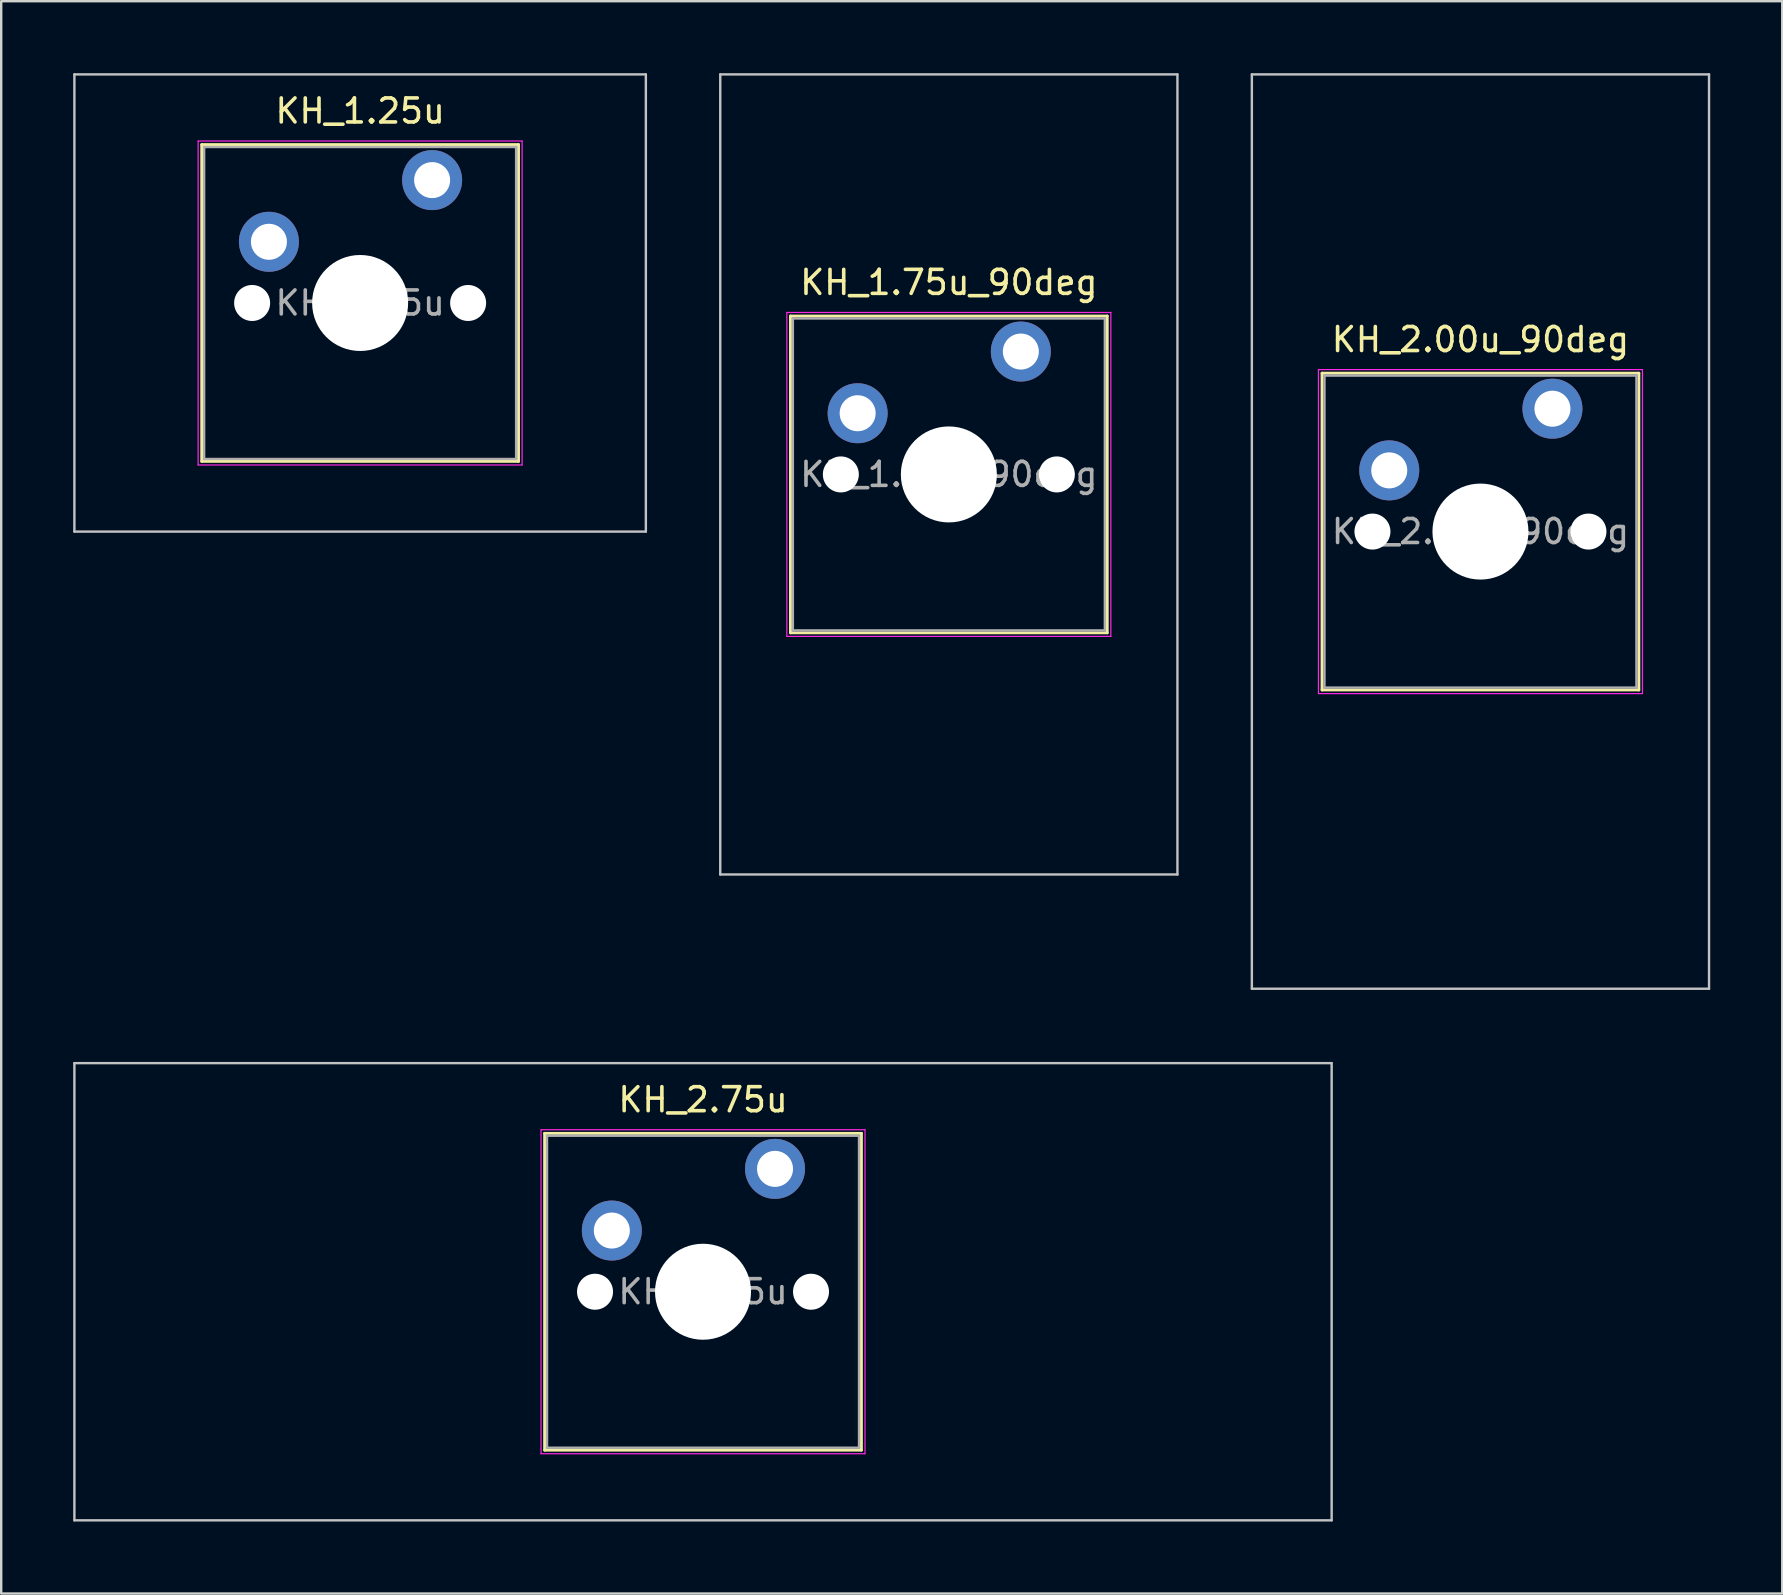
<source format=kicad_pcb>
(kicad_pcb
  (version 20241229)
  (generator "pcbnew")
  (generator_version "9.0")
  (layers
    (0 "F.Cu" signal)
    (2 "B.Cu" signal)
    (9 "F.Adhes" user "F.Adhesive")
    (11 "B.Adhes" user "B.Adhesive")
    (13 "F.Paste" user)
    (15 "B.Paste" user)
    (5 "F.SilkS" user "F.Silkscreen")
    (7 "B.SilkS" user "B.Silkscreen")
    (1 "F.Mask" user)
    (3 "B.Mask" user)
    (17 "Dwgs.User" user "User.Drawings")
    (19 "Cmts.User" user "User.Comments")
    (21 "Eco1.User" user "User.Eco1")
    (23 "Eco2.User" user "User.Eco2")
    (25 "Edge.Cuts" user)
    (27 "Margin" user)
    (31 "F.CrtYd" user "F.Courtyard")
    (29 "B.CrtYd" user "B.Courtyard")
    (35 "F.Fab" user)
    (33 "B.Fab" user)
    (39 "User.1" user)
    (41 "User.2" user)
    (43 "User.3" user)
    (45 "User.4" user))
  (footprint "KH_1.75u_90deg"
    (layer "F.Cu")
    (at 36.487 16.719)
    (property "Reference" "KH_1.75u_90deg" (at 0 -8 0) (layer "F.SilkS") (effects (font (size 1 1) (thickness 0.15))))
    (attr through_hole)
    (fp_line (start -6.6 -6.6) (end -6.6 6.6) (stroke (width 0.12) (type solid)) (layer "F.SilkS"))
    (fp_line (start -6.6 6.6) (end 6.6 6.6) (stroke (width 0.12) (type solid)) (layer "F.SilkS"))
    (fp_line (start 6.6 -6.6) (end -6.6 -6.6) (stroke (width 0.12) (type solid)) (layer "F.SilkS"))
    (fp_line (start 6.6 6.6) (end 6.6 -6.6) (stroke (width 0.12) (type solid)) (layer "F.SilkS"))
    (fp_line (start -9.525 -16.669) (end 9.525 -16.669) (stroke (width 0.1) (type solid)) (layer "Dwgs.User"))
    (fp_line (start -9.525 16.669) (end -9.525 -16.669) (stroke (width 0.1) (type solid)) (layer "Dwgs.User"))
    (fp_line (start 9.525 -16.669) (end 9.525 16.669) (stroke (width 0.1) (type solid)) (layer "Dwgs.User"))
    (fp_line (start 9.525 16.669) (end -9.525 16.669) (stroke (width 0.1) (type solid)) (layer "Dwgs.User"))
    (fp_line (start -6.1 -6.1) (end -6.1 6.1) (stroke (width 0.1) (type solid)) (layer "Eco1.User"))
    (fp_line (start -6.1 6.1) (end 6.1 6.1) (stroke (width 0.1) (type solid)) (layer "Eco1.User"))
    (fp_line (start 6.1 -6.1) (end -6.1 -6.1) (stroke (width 0.1) (type solid)) (layer "Eco1.User"))
    (fp_line (start 6.1 6.1) (end 6.1 -6.1) (stroke (width 0.1) (type solid)) (layer "Eco1.User"))
    (fp_line (start -6.75 -6.75) (end -6.75 6.75) (stroke (width 0.05) (type solid)) (layer "F.CrtYd"))
    (fp_line (start -6.75 6.75) (end 6.75 6.75) (stroke (width 0.05) (type solid)) (layer "F.CrtYd"))
    (fp_line (start 6.75 -6.75) (end -6.75 -6.75) (stroke (width 0.05) (type solid)) (layer "F.CrtYd"))
    (fp_line (start 6.75 6.75) (end 6.75 -6.75) (stroke (width 0.05) (type solid)) (layer "F.CrtYd"))
    (fp_line (start -6.5 -6.5) (end -6.5 6.5) (stroke (width 0.1) (type solid)) (layer "F.Fab"))
    (fp_line (start -6.5 6.5) (end 6.5 6.5) (stroke (width 0.1) (type solid)) (layer "F.Fab"))
    (fp_line (start 6.5 -6.5) (end -6.5 -6.5) (stroke (width 0.1) (type solid)) (layer "F.Fab"))
    (fp_line (start 6.5 6.5) (end 6.5 -6.5) (stroke (width 0.1) (type solid)) (layer "F.Fab"))
    (fp_text user "${REFERENCE}" (at 0 0 0) (layer "F.Fab") (effects (font (size 1 1) (thickness 0.15))))
    (pad "" np_thru_hole circle (at -4.5 0) (size 1.5 1.5) (drill 1.5) (layers "*.Cu" "*.Mask"))
    (pad "" np_thru_hole circle (at 0 0) (size 4 4) (drill 4) (layers "*.Cu" "*.Mask"))
    (pad "" np_thru_hole circle (at 4.5 0) (size 1.5 1.5) (drill 1.5) (layers "*.Cu" "*.Mask"))
    (pad "1" thru_hole circle (at -3.8 -2.55) (size 2.5 2.5) (drill 1.5) (layers "*.Cu" "*.Mask"))
    (pad "2" thru_hole circle (at 3 -5.12) (size 2.5 2.5) (drill 1.5) (layers "*.Cu" "*.Mask")))
  (footprint "KH_1.25u"
    (layer "F.Cu")
    (at 11.956 9.575)
    (property "Reference" "KH_1.25u" (at 0 -8 0) (layer "F.SilkS") (effects (font (size 1 1) (thickness 0.15))))
    (attr through_hole)
    (fp_line (start -6.6 -6.6) (end -6.6 6.6) (stroke (width 0.12) (type solid)) (layer "F.SilkS"))
    (fp_line (start -6.6 6.6) (end 6.6 6.6) (stroke (width 0.12) (type solid)) (layer "F.SilkS"))
    (fp_line (start 6.6 -6.6) (end -6.6 -6.6) (stroke (width 0.12) (type solid)) (layer "F.SilkS"))
    (fp_line (start 6.6 6.6) (end 6.6 -6.6) (stroke (width 0.12) (type solid)) (layer "F.SilkS"))
    (fp_line (start -11.906 -9.525) (end -11.906 9.525) (stroke (width 0.1) (type solid)) (layer "Dwgs.User"))
    (fp_line (start -11.906 9.525) (end 11.906 9.525) (stroke (width 0.1) (type solid)) (layer "Dwgs.User"))
    (fp_line (start 11.906 -9.525) (end -11.906 -9.525) (stroke (width 0.1) (type solid)) (layer "Dwgs.User"))
    (fp_line (start 11.906 9.525) (end 11.906 -9.525) (stroke (width 0.1) (type solid)) (layer "Dwgs.User"))
    (fp_line (start -6.1 -6.1) (end -6.1 6.1) (stroke (width 0.1) (type solid)) (layer "Eco1.User"))
    (fp_line (start -6.1 6.1) (end 6.1 6.1) (stroke (width 0.1) (type solid)) (layer "Eco1.User"))
    (fp_line (start 6.1 -6.1) (end -6.1 -6.1) (stroke (width 0.1) (type solid)) (layer "Eco1.User"))
    (fp_line (start 6.1 6.1) (end 6.1 -6.1) (stroke (width 0.1) (type solid)) (layer "Eco1.User"))
    (fp_line (start -6.75 -6.75) (end -6.75 6.75) (stroke (width 0.05) (type solid)) (layer "F.CrtYd"))
    (fp_line (start -6.75 6.75) (end 6.75 6.75) (stroke (width 0.05) (type solid)) (layer "F.CrtYd"))
    (fp_line (start 6.75 -6.75) (end -6.75 -6.75) (stroke (width 0.05) (type solid)) (layer "F.CrtYd"))
    (fp_line (start 6.75 6.75) (end 6.75 -6.75) (stroke (width 0.05) (type solid)) (layer "F.CrtYd"))
    (fp_line (start -6.5 -6.5) (end -6.5 6.5) (stroke (width 0.1) (type solid)) (layer "F.Fab"))
    (fp_line (start -6.5 6.5) (end 6.5 6.5) (stroke (width 0.1) (type solid)) (layer "F.Fab"))
    (fp_line (start 6.5 -6.5) (end -6.5 -6.5) (stroke (width 0.1) (type solid)) (layer "F.Fab"))
    (fp_line (start 6.5 6.5) (end 6.5 -6.5) (stroke (width 0.1) (type solid)) (layer "F.Fab"))
    (fp_text user "${REFERENCE}" (at 0 0 0) (layer "F.Fab") (effects (font (size 1 1) (thickness 0.15))))
    (pad "" np_thru_hole circle (at -4.5 0) (size 1.5 1.5) (drill 1.5) (layers "*.Cu" "*.Mask"))
    (pad "" np_thru_hole circle (at 0 0) (size 4 4) (drill 4) (layers "*.Cu" "*.Mask"))
    (pad "" np_thru_hole circle (at 4.5 0) (size 1.5 1.5) (drill 1.5) (layers "*.Cu" "*.Mask"))
    (pad "1" thru_hole circle (at -3.8 -2.55) (size 2.5 2.5) (drill 1.5) (layers "*.Cu" "*.Mask"))
    (pad "2" thru_hole circle (at 3 -5.12) (size 2.5 2.5) (drill 1.5) (layers "*.Cu" "*.Mask")))
  (footprint "KH_2.00u_90deg"
    (layer "F.Cu")
    (at 58.638 19.1)
    (property "Reference" "KH_2.00u_90deg" (at 0 -8 0) (layer "F.SilkS") (effects (font (size 1 1) (thickness 0.15))))
    (attr through_hole)
    (fp_line (start -6.6 -6.6) (end -6.6 6.6) (stroke (width 0.12) (type solid)) (layer "F.SilkS"))
    (fp_line (start -6.6 6.6) (end 6.6 6.6) (stroke (width 0.12) (type solid)) (layer "F.SilkS"))
    (fp_line (start 6.6 -6.6) (end -6.6 -6.6) (stroke (width 0.12) (type solid)) (layer "F.SilkS"))
    (fp_line (start 6.6 6.6) (end 6.6 -6.6) (stroke (width 0.12) (type solid)) (layer "F.SilkS"))
    (fp_line (start -9.525 -19.05) (end 9.525 -19.05) (stroke (width 0.1) (type solid)) (layer "Dwgs.User"))
    (fp_line (start -9.525 19.05) (end -9.525 -19.05) (stroke (width 0.1) (type solid)) (layer "Dwgs.User"))
    (fp_line (start 9.525 -19.05) (end 9.525 19.05) (stroke (width 0.1) (type solid)) (layer "Dwgs.User"))
    (fp_line (start 9.525 19.05) (end -9.525 19.05) (stroke (width 0.1) (type solid)) (layer "Dwgs.User"))
    (fp_line (start -6.1 -6.1) (end -6.1 6.1) (stroke (width 0.1) (type solid)) (layer "Eco1.User"))
    (fp_line (start -6.1 6.1) (end 6.1 6.1) (stroke (width 0.1) (type solid)) (layer "Eco1.User"))
    (fp_line (start 6.1 -6.1) (end -6.1 -6.1) (stroke (width 0.1) (type solid)) (layer "Eco1.User"))
    (fp_line (start 6.1 6.1) (end 6.1 -6.1) (stroke (width 0.1) (type solid)) (layer "Eco1.User"))
    (fp_line (start -6.75 -6.75) (end -6.75 6.75) (stroke (width 0.05) (type solid)) (layer "F.CrtYd"))
    (fp_line (start -6.75 6.75) (end 6.75 6.75) (stroke (width 0.05) (type solid)) (layer "F.CrtYd"))
    (fp_line (start 6.75 -6.75) (end -6.75 -6.75) (stroke (width 0.05) (type solid)) (layer "F.CrtYd"))
    (fp_line (start 6.75 6.75) (end 6.75 -6.75) (stroke (width 0.05) (type solid)) (layer "F.CrtYd"))
    (fp_line (start -6.5 -6.5) (end -6.5 6.5) (stroke (width 0.1) (type solid)) (layer "F.Fab"))
    (fp_line (start -6.5 6.5) (end 6.5 6.5) (stroke (width 0.1) (type solid)) (layer "F.Fab"))
    (fp_line (start 6.5 -6.5) (end -6.5 -6.5) (stroke (width 0.1) (type solid)) (layer "F.Fab"))
    (fp_line (start 6.5 6.5) (end 6.5 -6.5) (stroke (width 0.1) (type solid)) (layer "F.Fab"))
    (fp_text user "${REFERENCE}" (at 0 0 0) (layer "F.Fab") (effects (font (size 1 1) (thickness 0.15))))
    (pad "" np_thru_hole circle (at -4.5 0) (size 1.5 1.5) (drill 1.5) (layers "*.Cu" "*.Mask"))
    (pad "" np_thru_hole circle (at 0 0) (size 4 4) (drill 4) (layers "*.Cu" "*.Mask"))
    (pad "" np_thru_hole circle (at 4.5 0) (size 1.5 1.5) (drill 1.5) (layers "*.Cu" "*.Mask"))
    (pad "1" thru_hole circle (at -3.8 -2.55) (size 2.5 2.5) (drill 1.5) (layers "*.Cu" "*.Mask"))
    (pad "2" thru_hole circle (at 3 -5.12) (size 2.5 2.5) (drill 1.5) (layers "*.Cu" "*.Mask")))
  (footprint "KH_2.75u"
    (layer "F.Cu")
    (at 26.244 50.775)
    (property "Reference" "KH_2.75u" (at 0 -8 0) (layer "F.SilkS") (effects (font (size 1 1) (thickness 0.15))))
    (attr through_hole)
    (fp_line (start -6.6 -6.6) (end -6.6 6.6) (stroke (width 0.12) (type solid)) (layer "F.SilkS"))
    (fp_line (start -6.6 6.6) (end 6.6 6.6) (stroke (width 0.12) (type solid)) (layer "F.SilkS"))
    (fp_line (start 6.6 -6.6) (end -6.6 -6.6) (stroke (width 0.12) (type solid)) (layer "F.SilkS"))
    (fp_line (start 6.6 6.6) (end 6.6 -6.6) (stroke (width 0.12) (type solid)) (layer "F.SilkS"))
    (fp_line (start -26.194 -9.525) (end -26.194 9.525) (stroke (width 0.1) (type solid)) (layer "Dwgs.User"))
    (fp_line (start -26.194 9.525) (end 26.194 9.525) (stroke (width 0.1) (type solid)) (layer "Dwgs.User"))
    (fp_line (start 26.194 -9.525) (end -26.194 -9.525) (stroke (width 0.1) (type solid)) (layer "Dwgs.User"))
    (fp_line (start 26.194 9.525) (end 26.194 -9.525) (stroke (width 0.1) (type solid)) (layer "Dwgs.User"))
    (fp_line (start -6.1 -6.1) (end -6.1 6.1) (stroke (width 0.1) (type solid)) (layer "Eco1.User"))
    (fp_line (start -6.1 6.1) (end 6.1 6.1) (stroke (width 0.1) (type solid)) (layer "Eco1.User"))
    (fp_line (start 6.1 -6.1) (end -6.1 -6.1) (stroke (width 0.1) (type solid)) (layer "Eco1.User"))
    (fp_line (start 6.1 6.1) (end 6.1 -6.1) (stroke (width 0.1) (type solid)) (layer "Eco1.User"))
    (fp_line (start -6.75 -6.75) (end -6.75 6.75) (stroke (width 0.05) (type solid)) (layer "F.CrtYd"))
    (fp_line (start -6.75 6.75) (end 6.75 6.75) (stroke (width 0.05) (type solid)) (layer "F.CrtYd"))
    (fp_line (start 6.75 -6.75) (end -6.75 -6.75) (stroke (width 0.05) (type solid)) (layer "F.CrtYd"))
    (fp_line (start 6.75 6.75) (end 6.75 -6.75) (stroke (width 0.05) (type solid)) (layer "F.CrtYd"))
    (fp_line (start -6.5 -6.5) (end -6.5 6.5) (stroke (width 0.1) (type solid)) (layer "F.Fab"))
    (fp_line (start -6.5 6.5) (end 6.5 6.5) (stroke (width 0.1) (type solid)) (layer "F.Fab"))
    (fp_line (start 6.5 -6.5) (end -6.5 -6.5) (stroke (width 0.1) (type solid)) (layer "F.Fab"))
    (fp_line (start 6.5 6.5) (end 6.5 -6.5) (stroke (width 0.1) (type solid)) (layer "F.Fab"))
    (fp_text user "${REFERENCE}" (at 0 0 0) (layer "F.Fab") (effects (font (size 1 1) (thickness 0.15))))
    (pad "" np_thru_hole circle (at -4.5 0) (size 1.5 1.5) (drill 1.5) (layers "*.Cu" "*.Mask"))
    (pad "" np_thru_hole circle (at 0 0) (size 4 4) (drill 4) (layers "*.Cu" "*.Mask"))
    (pad "" np_thru_hole circle (at 4.5 0) (size 1.5 1.5) (drill 1.5) (layers "*.Cu" "*.Mask"))
    (pad "1" thru_hole circle (at -3.8 -2.55) (size 2.5 2.5) (drill 1.5) (layers "*.Cu" "*.Mask"))
    (pad "2" thru_hole circle (at 3 -5.12) (size 2.5 2.5) (drill 1.5) (layers "*.Cu" "*.Mask")))
  (gr_rect
    (start -3 -3)
    (end 71.213 63.35)
    (stroke (width 0.1) (type default))
    (fill no)
    (layer "Edge.Cuts")))
</source>
